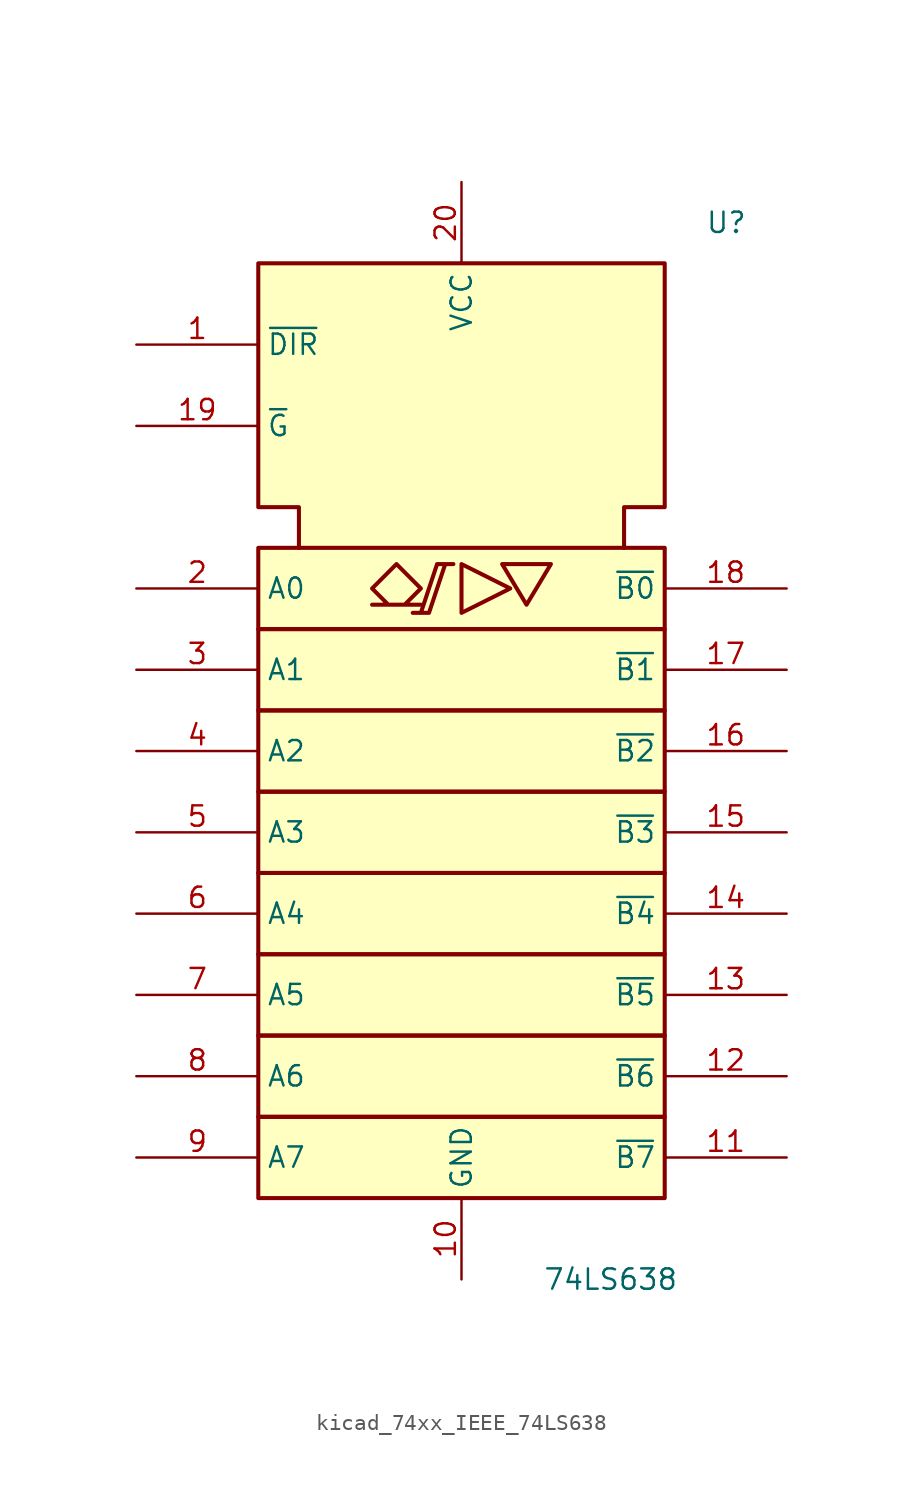
<source format=kicad_sym>
(kicad_symbol_lib
  (version 20220914)
  (generator kicad_symbol_editor)
  (symbol "kicad_74xx_IEEE_74LS638"
    (property "Reference" "U"
      (at 15.24 35.56 0)
      (effects (font (size 1.27 1.27)) (justify left)))
    (property "Value" "74LS638"
      (at 5.08 -30.48 0)
      (effects (font (size 1.27 1.27)) (justify left)))
    (symbol "kicad_74xx_IEEE_74LS638_0_0"
      (polyline (pts (xy 0 14.224) (xy 0 11.176) (xy 3.048 12.7) (xy 0 14.224) (xy 0 14.224)) (stroke (width 0.254) (type default)) (fill (type background)))
      (polyline (pts (xy 2.54 14.224) (xy 5.588 14.224) (xy 4.064 11.684) (xy 2.54 14.224) (xy 2.54 14.224)) (stroke (width 0.254) (type default)) (fill (type background)))
      (polyline (pts (xy -3.048 11.176) (xy -2.032 11.176) (xy -1.016 14.224) (xy -0.508 14.224) (xy -1.524 14.224) (xy -2.54 11.176) (xy -2.54 11.176)) (stroke (width 0.254) (type default)) (fill (type background)))
      (polyline (pts (xy -4.064 14.224) (xy -5.588 12.7) (xy -4.572 11.684) (xy -5.588 11.684) (xy -2.54 11.684) (xy -3.556 11.684) (xy -2.54 12.7) (xy -4.064 14.224) (xy -4.064 14.224)) (stroke (width 0.254) (type default)) (fill (type background)))
      (pin power_in line (at 0 -30.48 90) (length 5.08) (name "GND" (effects (font (size 1.27 1.27)))) (number "10" (effects (font (size 1.27 1.27)))))
      (pin power_in line (at 0 38.1 270) (length 5.08) (name "VCC" (effects (font (size 1.27 1.27)))) (number "20" (effects (font (size 1.27 1.27))))))
    (symbol "kicad_74xx_IEEE_74LS638_0_1"
      (rectangle (start -12.7 -20.32) (end 12.7 -25.4) (stroke (width 0.254) (type default)) (fill (type background)))
      (rectangle (start -12.7 -15.24) (end 12.7 -20.32) (stroke (width 0.254) (type default)) (fill (type background)))
      (rectangle (start -12.7 -10.16) (end 12.7 -15.24) (stroke (width 0.254) (type default)) (fill (type background)))
      (rectangle (start -12.7 -5.08) (end 12.7 -10.16) (stroke (width 0.254) (type default)) (fill (type background)))
      (rectangle (start -12.7 0) (end 12.7 -5.08) (stroke (width 0.254) (type default)) (fill (type background)))
      (rectangle (start -12.7 5.08) (end 12.7 0) (stroke (width 0.254) (type default)) (fill (type background)))
      (rectangle (start -12.7 10.16) (end 12.7 5.08) (stroke (width 0.254) (type default)) (fill (type background)))
      (rectangle (start -12.7 15.24) (end 12.7 10.16) (stroke (width 0.254) (type default)) (fill (type background)))
      (polyline (pts (xy -10.16 15.24) (xy -10.16 17.78) (xy -12.7 17.78) (xy -12.7 33.02) (xy 12.7 33.02) (xy 12.7 17.78) (xy 10.16 17.78) (xy 10.16 15.24) (xy 10.16 15.24)) (stroke (width 0.254) (type default)) (fill (type background))))
    (symbol "kicad_74xx_IEEE_74LS638_1_1"
      (pin input line (at -20.32 27.94 0) (length 7.62) (name "~{DIR}" (effects (font (size 1.27 1.27)))) (number "1" (effects (font (size 1.27 1.27)))))
      (pin tri_state line (at 20.32 -22.86 180) (length 7.62) (name "~{B7}" (effects (font (size 1.27 1.27)))) (number "11" (effects (font (size 1.27 1.27)))))
      (pin tri_state line (at 20.32 -17.78 180) (length 7.62) (name "~{B6}" (effects (font (size 1.27 1.27)))) (number "12" (effects (font (size 1.27 1.27)))))
      (pin tri_state line (at 20.32 -12.7 180) (length 7.62) (name "~{B5}" (effects (font (size 1.27 1.27)))) (number "13" (effects (font (size 1.27 1.27)))))
      (pin tri_state line (at 20.32 -7.62 180) (length 7.62) (name "~{B4}" (effects (font (size 1.27 1.27)))) (number "14" (effects (font (size 1.27 1.27)))))
      (pin tri_state line (at 20.32 -2.54 180) (length 7.62) (name "~{B3}" (effects (font (size 1.27 1.27)))) (number "15" (effects (font (size 1.27 1.27)))))
      (pin tri_state line (at 20.32 2.54 180) (length 7.62) (name "~{B2}" (effects (font (size 1.27 1.27)))) (number "16" (effects (font (size 1.27 1.27)))))
      (pin tri_state line (at 20.32 7.62 180) (length 7.62) (name "~{B1}" (effects (font (size 1.27 1.27)))) (number "17" (effects (font (size 1.27 1.27)))))
      (pin tri_state line (at 20.32 12.7 180) (length 7.62) (name "~{B0}" (effects (font (size 1.27 1.27)))) (number "18" (effects (font (size 1.27 1.27)))))
      (pin input line (at -20.32 22.86 0) (length 7.62) (name "~{G}" (effects (font (size 1.27 1.27)))) (number "19" (effects (font (size 1.27 1.27)))))
      (pin tri_state line (at -20.32 12.7 0) (length 7.62) (name "A0" (effects (font (size 1.27 1.27)))) (number "2" (effects (font (size 1.27 1.27)))))
      (pin tri_state line (at -20.32 7.62 0) (length 7.62) (name "A1" (effects (font (size 1.27 1.27)))) (number "3" (effects (font (size 1.27 1.27)))))
      (pin tri_state line (at -20.32 2.54 0) (length 7.62) (name "A2" (effects (font (size 1.27 1.27)))) (number "4" (effects (font (size 1.27 1.27)))))
      (pin tri_state line (at -20.32 -2.54 0) (length 7.62) (name "A3" (effects (font (size 1.27 1.27)))) (number "5" (effects (font (size 1.27 1.27)))))
      (pin tri_state line (at -20.32 -7.62 0) (length 7.62) (name "A4" (effects (font (size 1.27 1.27)))) (number "6" (effects (font (size 1.27 1.27)))))
      (pin tri_state line (at -20.32 -12.7 0) (length 7.62) (name "A5" (effects (font (size 1.27 1.27)))) (number "7" (effects (font (size 1.27 1.27)))))
      (pin tri_state line (at -20.32 -17.78 0) (length 7.62) (name "A6" (effects (font (size 1.27 1.27)))) (number "8" (effects (font (size 1.27 1.27)))))
      (pin tri_state line (at -20.32 -22.86 0) (length 7.62) (name "A7" (effects (font (size 1.27 1.27)))) (number "9" (effects (font (size 1.27 1.27))))))))
</source>
